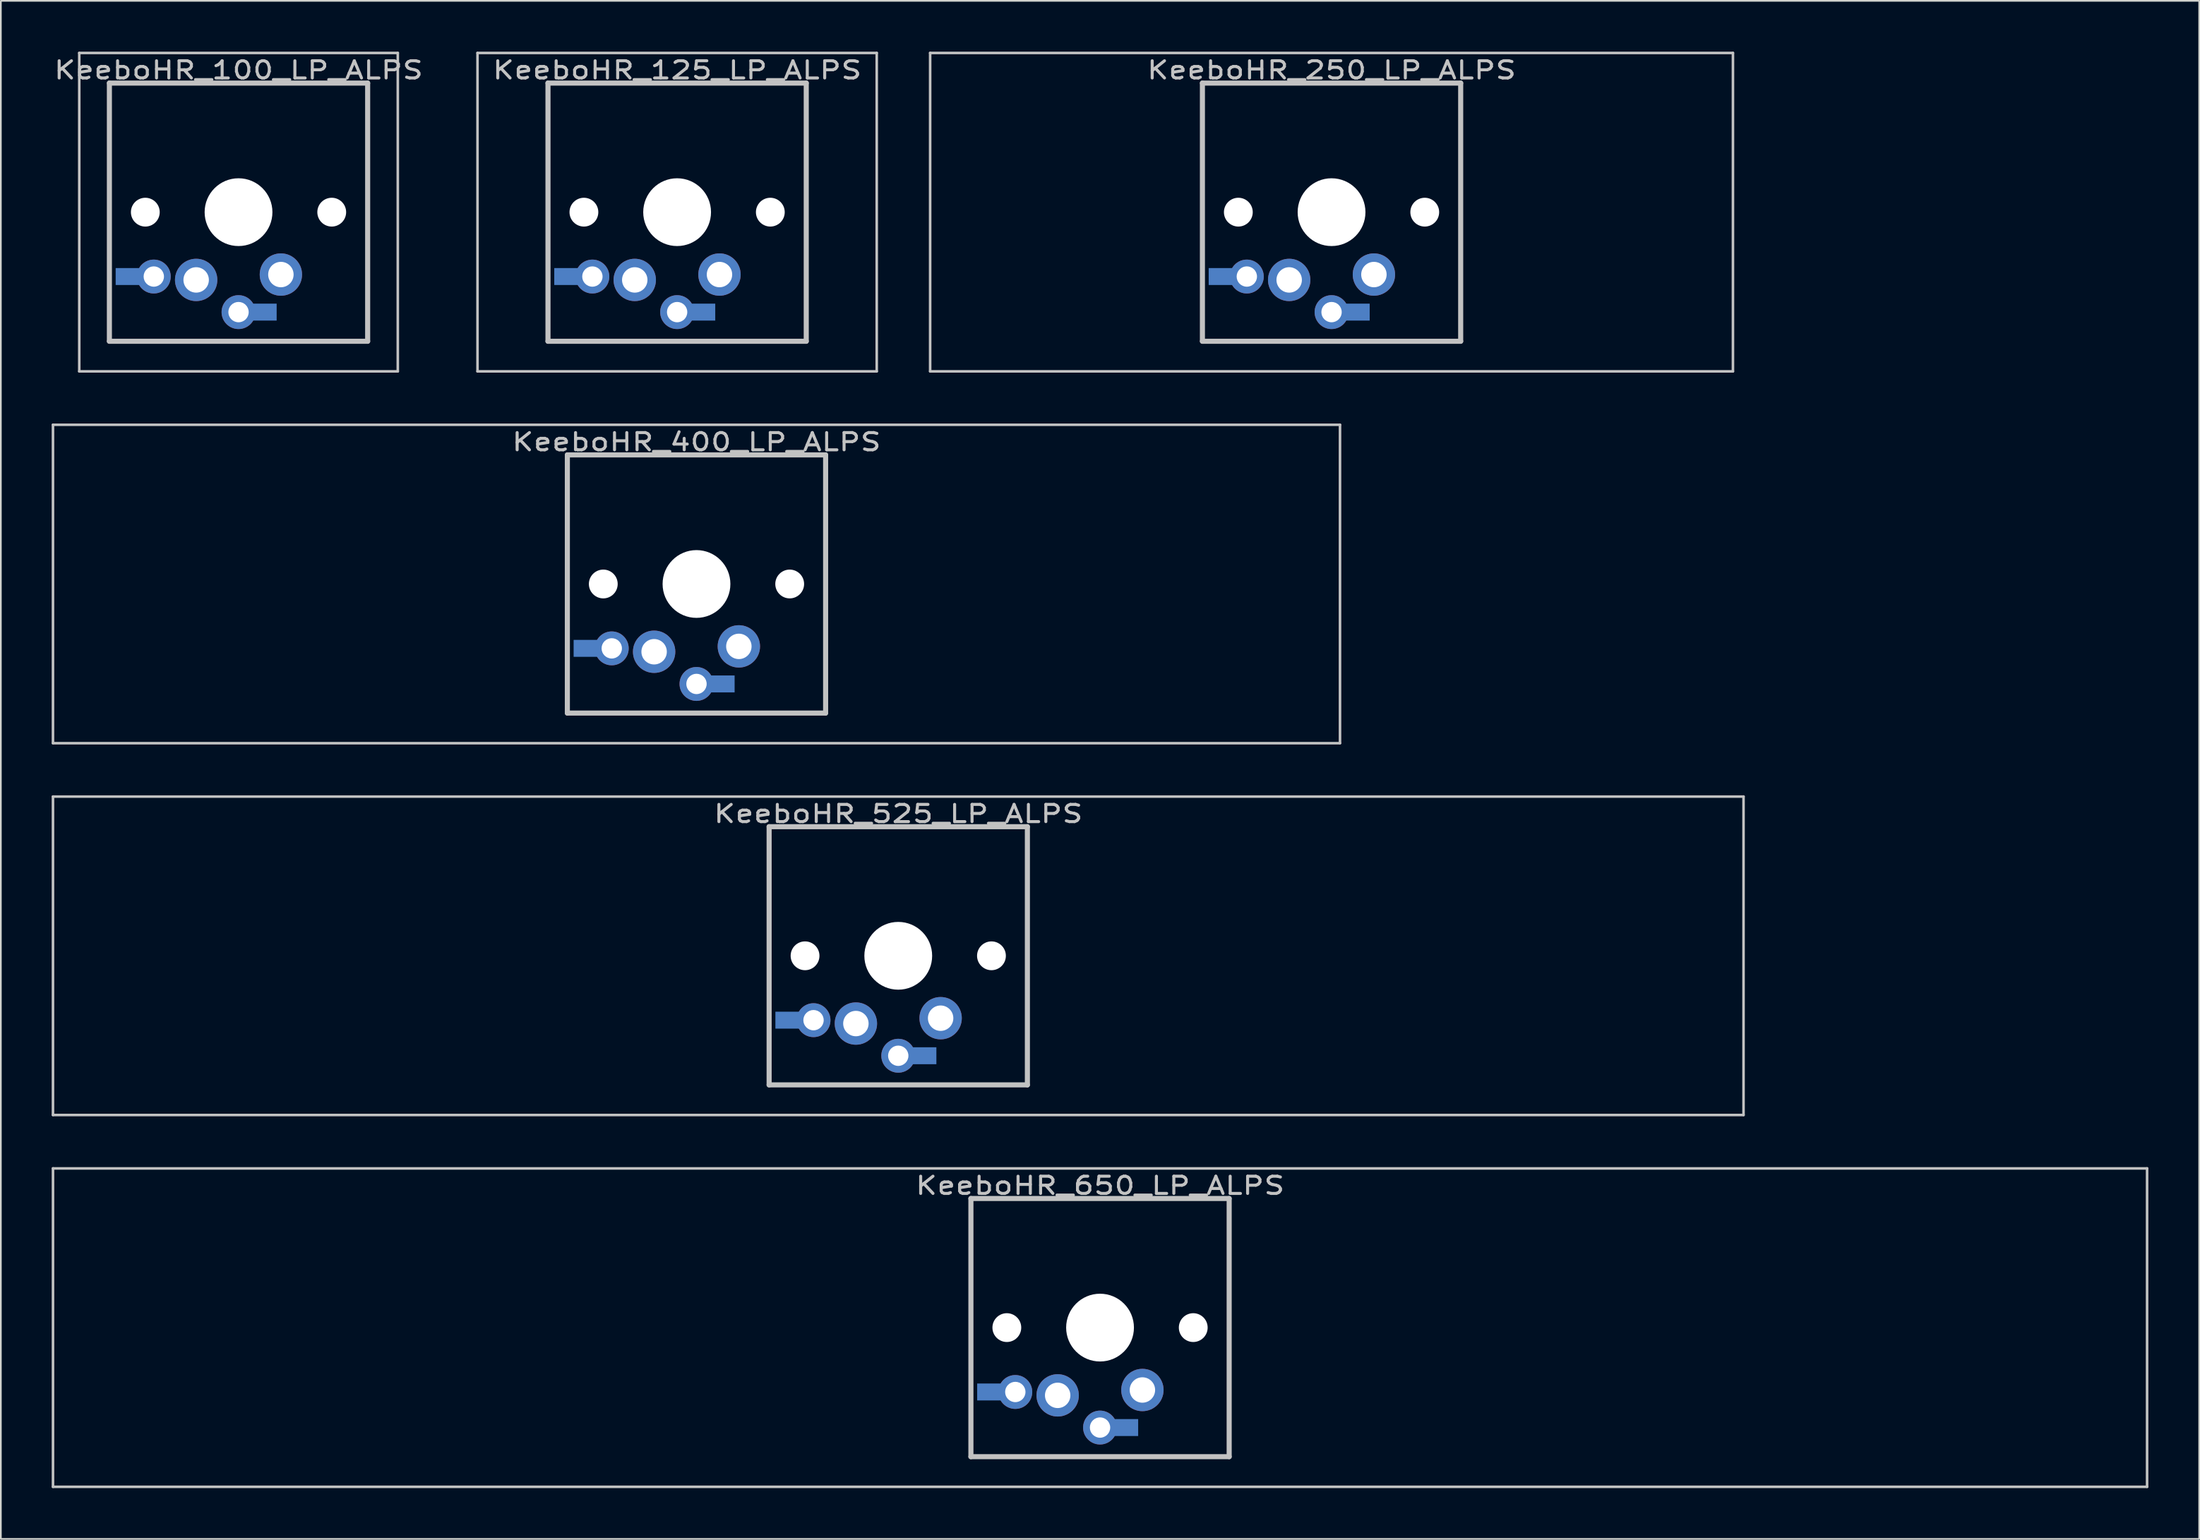
<source format=kicad_pcb>
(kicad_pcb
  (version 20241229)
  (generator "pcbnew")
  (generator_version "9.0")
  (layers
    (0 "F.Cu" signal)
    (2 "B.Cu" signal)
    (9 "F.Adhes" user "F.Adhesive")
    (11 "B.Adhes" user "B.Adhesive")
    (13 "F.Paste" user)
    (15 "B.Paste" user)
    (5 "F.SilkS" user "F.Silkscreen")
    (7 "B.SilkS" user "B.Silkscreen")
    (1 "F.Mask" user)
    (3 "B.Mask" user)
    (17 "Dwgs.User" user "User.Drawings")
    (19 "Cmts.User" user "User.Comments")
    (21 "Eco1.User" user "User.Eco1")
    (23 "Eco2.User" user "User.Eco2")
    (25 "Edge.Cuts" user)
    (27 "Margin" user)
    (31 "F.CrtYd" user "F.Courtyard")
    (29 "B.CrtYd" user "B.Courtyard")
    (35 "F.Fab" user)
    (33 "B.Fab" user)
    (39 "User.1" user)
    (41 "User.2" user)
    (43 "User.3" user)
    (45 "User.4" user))
  (footprint "KeeboHR_650_LP_ALPS"
    (layer "B.Cu")
    (at 61.862 75.319)
    (property "Reference" "KeeboHR_650_LP_ALPS" (at 0 -8.382 0) (layer "Dwgs.User") (effects (font (size 1.016 1.27) (thickness 0.178))))
    (attr through_hole)
    (fp_line (start -61.785 -9.398) (end 61.785 -9.398) (stroke (width 0.152) (type solid)) (layer "Dwgs.User"))
    (fp_line (start -61.785 9.398) (end -61.785 -9.398) (stroke (width 0.152) (type solid)) (layer "Dwgs.User"))
    (fp_line (start -7.62 -7.62) (end 7.62 -7.62) (stroke (width 0.3) (type solid)) (layer "Dwgs.User"))
    (fp_line (start -7.62 7.62) (end -7.62 -7.62) (stroke (width 0.3) (type solid)) (layer "Dwgs.User"))
    (fp_line (start 7.62 -7.62) (end 7.62 7.62) (stroke (width 0.3) (type solid)) (layer "Dwgs.User"))
    (fp_line (start 7.62 7.62) (end -7.62 7.62) (stroke (width 0.3) (type solid)) (layer "Dwgs.User"))
    (fp_line (start 61.785 -9.398) (end 61.785 9.398) (stroke (width 0.152) (type solid)) (layer "Dwgs.User"))
    (fp_line (start 61.785 9.398) (end -61.785 9.398) (stroke (width 0.152) (type solid)) (layer "Dwgs.User"))
    (pad "" np_thru_hole circle (at -5.5 0) (size 1.7 1.7) (drill 1.7) (layers "*.Cu" "*.Mask"))
    (pad "" np_thru_hole circle (at 0 0) (size 4 4) (drill 4) (layers "*.Cu" "*.Mask"))
    (pad "" np_thru_hole circle (at 5.5 0) (size 1.7 1.7) (drill 1.7) (layers "*.Cu" "*.Mask"))
    (pad "1" thru_hole circle (at 0 5.9) (size 2 2) (drill 1.2) (layers "*.Cu" "*.Mask"))
    (pad "1" smd rect (at 1.25 5.9) (size 2 1) (layers "B.Cu" "B.Mask"))
    (pad "1" thru_hole circle (at 2.5 3.683) (size 2.5 2.5) (drill 1.5) (layers "*.Cu" "*.Mask"))
    (pad "2" smd rect (at -6.25 3.8) (size 2 1) (layers "B.Cu" "B.Mask"))
    (pad "2" thru_hole circle (at -5 3.8) (size 2 2) (drill 1.2) (layers "*.Cu" "*.Mask"))
    (pad "2" thru_hole circle (at -2.5 4) (size 2.5 2.5) (drill 1.5) (layers "*.Cu" "*.Mask")))
  (footprint "KeeboHR_100_LP_ALPS"
    (layer "B.Cu")
    (at 11.025 9.474)
    (property "Reference" "KeeboHR_100_LP_ALPS" (at 0 -8.382 0) (layer "Dwgs.User") (effects (font (size 1.016 1.27) (thickness 0.178))))
    (attr through_hole)
    (fp_line (start -9.398 -9.398) (end 9.398 -9.398) (stroke (width 0.152) (type solid)) (layer "Dwgs.User"))
    (fp_line (start -9.398 9.398) (end -9.398 -9.398) (stroke (width 0.152) (type solid)) (layer "Dwgs.User"))
    (fp_line (start -7.62 -7.62) (end 7.62 -7.62) (stroke (width 0.3) (type solid)) (layer "Dwgs.User"))
    (fp_line (start -7.62 7.62) (end -7.62 -7.62) (stroke (width 0.3) (type solid)) (layer "Dwgs.User"))
    (fp_line (start 7.62 -7.62) (end 7.62 7.62) (stroke (width 0.3) (type solid)) (layer "Dwgs.User"))
    (fp_line (start 7.62 7.62) (end -7.62 7.62) (stroke (width 0.3) (type solid)) (layer "Dwgs.User"))
    (fp_line (start 9.398 -9.398) (end 9.398 9.398) (stroke (width 0.152) (type solid)) (layer "Dwgs.User"))
    (fp_line (start 9.398 9.398) (end -9.398 9.398) (stroke (width 0.152) (type solid)) (layer "Dwgs.User"))
    (pad "" np_thru_hole circle (at -5.5 0) (size 1.7 1.7) (drill 1.7) (layers "*.Cu" "*.Mask"))
    (pad "" np_thru_hole circle (at 0 0) (size 4 4) (drill 4) (layers "*.Cu" "*.Mask"))
    (pad "" np_thru_hole circle (at 5.5 0) (size 1.7 1.7) (drill 1.7) (layers "*.Cu" "*.Mask"))
    (pad "1" thru_hole circle (at 0 5.9) (size 2 2) (drill 1.2) (layers "*.Cu" "*.Mask"))
    (pad "1" smd rect (at 1.25 5.9) (size 2 1) (layers "B.Cu" "B.Mask"))
    (pad "1" thru_hole circle (at 2.5 3.683) (size 2.5 2.5) (drill 1.5) (layers "*.Cu" "*.Mask"))
    (pad "2" smd rect (at -6.25 3.8) (size 2 1) (layers "B.Cu" "B.Mask"))
    (pad "2" thru_hole circle (at -5 3.8) (size 2 2) (drill 1.2) (layers "*.Cu" "*.Mask"))
    (pad "2" thru_hole circle (at -2.5 4) (size 2.5 2.5) (drill 1.5) (layers "*.Cu" "*.Mask")))
  (footprint "KeeboHR_250_LP_ALPS"
    (layer "B.Cu")
    (at 75.523 9.474)
    (property "Reference" "KeeboHR_250_LP_ALPS" (at 0 -8.382 0) (layer "Dwgs.User") (effects (font (size 1.016 1.27) (thickness 0.178))))
    (attr through_hole)
    (fp_line (start -23.686 -9.398) (end 23.686 -9.398) (stroke (width 0.152) (type solid)) (layer "Dwgs.User"))
    (fp_line (start -23.686 9.398) (end -23.686 -9.398) (stroke (width 0.152) (type solid)) (layer "Dwgs.User"))
    (fp_line (start -7.62 -7.62) (end 7.62 -7.62) (stroke (width 0.3) (type solid)) (layer "Dwgs.User"))
    (fp_line (start -7.62 7.62) (end -7.62 -7.62) (stroke (width 0.3) (type solid)) (layer "Dwgs.User"))
    (fp_line (start 7.62 -7.62) (end 7.62 7.62) (stroke (width 0.3) (type solid)) (layer "Dwgs.User"))
    (fp_line (start 7.62 7.62) (end -7.62 7.62) (stroke (width 0.3) (type solid)) (layer "Dwgs.User"))
    (fp_line (start 23.686 -9.398) (end 23.686 9.398) (stroke (width 0.152) (type solid)) (layer "Dwgs.User"))
    (fp_line (start 23.686 9.398) (end -23.686 9.398) (stroke (width 0.152) (type solid)) (layer "Dwgs.User"))
    (pad "" np_thru_hole circle (at -5.5 0) (size 1.7 1.7) (drill 1.7) (layers "*.Cu" "*.Mask"))
    (pad "" np_thru_hole circle (at 0 0) (size 4 4) (drill 4) (layers "*.Cu" "*.Mask"))
    (pad "" np_thru_hole circle (at 5.5 0) (size 1.7 1.7) (drill 1.7) (layers "*.Cu" "*.Mask"))
    (pad "1" thru_hole circle (at 0 5.9) (size 2 2) (drill 1.2) (layers "*.Cu" "*.Mask"))
    (pad "1" smd rect (at 1.25 5.9) (size 2 1) (layers "B.Cu" "B.Mask"))
    (pad "1" thru_hole circle (at 2.5 3.683) (size 2.5 2.5) (drill 1.5) (layers "*.Cu" "*.Mask"))
    (pad "2" smd rect (at -6.25 3.8) (size 2 1) (layers "B.Cu" "B.Mask"))
    (pad "2" thru_hole circle (at -5 3.8) (size 2 2) (drill 1.2) (layers "*.Cu" "*.Mask"))
    (pad "2" thru_hole circle (at -2.5 4) (size 2.5 2.5) (drill 1.5) (layers "*.Cu" "*.Mask")))
  (footprint "KeeboHR_400_LP_ALPS"
    (layer "B.Cu")
    (at 38.049 31.423)
    (property "Reference" "KeeboHR_400_LP_ALPS" (at 0 -8.382 0) (layer "Dwgs.User") (effects (font (size 1.016 1.27) (thickness 0.178))))
    (attr through_hole)
    (fp_line (start -37.973 -9.398) (end 37.973 -9.398) (stroke (width 0.152) (type solid)) (layer "Dwgs.User"))
    (fp_line (start -37.973 9.398) (end -37.973 -9.398) (stroke (width 0.152) (type solid)) (layer "Dwgs.User"))
    (fp_line (start -7.62 -7.62) (end 7.62 -7.62) (stroke (width 0.3) (type solid)) (layer "Dwgs.User"))
    (fp_line (start -7.62 7.62) (end -7.62 -7.62) (stroke (width 0.3) (type solid)) (layer "Dwgs.User"))
    (fp_line (start 7.62 -7.62) (end 7.62 7.62) (stroke (width 0.3) (type solid)) (layer "Dwgs.User"))
    (fp_line (start 7.62 7.62) (end -7.62 7.62) (stroke (width 0.3) (type solid)) (layer "Dwgs.User"))
    (fp_line (start 37.973 -9.398) (end 37.973 9.398) (stroke (width 0.152) (type solid)) (layer "Dwgs.User"))
    (fp_line (start 37.973 9.398) (end -37.973 9.398) (stroke (width 0.152) (type solid)) (layer "Dwgs.User"))
    (pad "" np_thru_hole circle (at -5.5 0) (size 1.7 1.7) (drill 1.7) (layers "*.Cu" "*.Mask"))
    (pad "" np_thru_hole circle (at 0 0) (size 4 4) (drill 4) (layers "*.Cu" "*.Mask"))
    (pad "" np_thru_hole circle (at 5.5 0) (size 1.7 1.7) (drill 1.7) (layers "*.Cu" "*.Mask"))
    (pad "1" thru_hole circle (at 0 5.9) (size 2 2) (drill 1.2) (layers "*.Cu" "*.Mask"))
    (pad "1" smd rect (at 1.25 5.9) (size 2 1) (layers "B.Cu" "B.Mask"))
    (pad "1" thru_hole circle (at 2.5 3.683) (size 2.5 2.5) (drill 1.5) (layers "*.Cu" "*.Mask"))
    (pad "2" smd rect (at -6.25 3.8) (size 2 1) (layers "B.Cu" "B.Mask"))
    (pad "2" thru_hole circle (at -5 3.8) (size 2 2) (drill 1.2) (layers "*.Cu" "*.Mask"))
    (pad "2" thru_hole circle (at -2.5 4) (size 2.5 2.5) (drill 1.5) (layers "*.Cu" "*.Mask")))
  (footprint "KeeboHR_525_LP_ALPS"
    (layer "B.Cu")
    (at 49.955 53.371)
    (property "Reference" "KeeboHR_525_LP_ALPS" (at 0 -8.382 0) (layer "Dwgs.User") (effects (font (size 1.016 1.27) (thickness 0.178))))
    (attr through_hole)
    (fp_line (start -49.879 -9.398) (end 49.879 -9.398) (stroke (width 0.152) (type solid)) (layer "Dwgs.User"))
    (fp_line (start -49.879 9.398) (end -49.879 -9.398) (stroke (width 0.152) (type solid)) (layer "Dwgs.User"))
    (fp_line (start -7.62 -7.62) (end 7.62 -7.62) (stroke (width 0.3) (type solid)) (layer "Dwgs.User"))
    (fp_line (start -7.62 7.62) (end -7.62 -7.62) (stroke (width 0.3) (type solid)) (layer "Dwgs.User"))
    (fp_line (start 7.62 -7.62) (end 7.62 7.62) (stroke (width 0.3) (type solid)) (layer "Dwgs.User"))
    (fp_line (start 7.62 7.62) (end -7.62 7.62) (stroke (width 0.3) (type solid)) (layer "Dwgs.User"))
    (fp_line (start 49.879 -9.398) (end 49.879 9.398) (stroke (width 0.152) (type solid)) (layer "Dwgs.User"))
    (fp_line (start 49.879 9.398) (end -49.879 9.398) (stroke (width 0.152) (type solid)) (layer "Dwgs.User"))
    (pad "" np_thru_hole circle (at -5.5 0) (size 1.7 1.7) (drill 1.7) (layers "*.Cu" "*.Mask"))
    (pad "" np_thru_hole circle (at 0 0) (size 4 4) (drill 4) (layers "*.Cu" "*.Mask"))
    (pad "" np_thru_hole circle (at 5.5 0) (size 1.7 1.7) (drill 1.7) (layers "*.Cu" "*.Mask"))
    (pad "1" thru_hole circle (at 0 5.9) (size 2 2) (drill 1.2) (layers "*.Cu" "*.Mask"))
    (pad "1" smd rect (at 1.25 5.9) (size 2 1) (layers "B.Cu" "B.Mask"))
    (pad "1" thru_hole circle (at 2.5 3.683) (size 2.5 2.5) (drill 1.5) (layers "*.Cu" "*.Mask"))
    (pad "2" smd rect (at -6.25 3.8) (size 2 1) (layers "B.Cu" "B.Mask"))
    (pad "2" thru_hole circle (at -5 3.8) (size 2 2) (drill 1.2) (layers "*.Cu" "*.Mask"))
    (pad "2" thru_hole circle (at -2.5 4) (size 2.5 2.5) (drill 1.5) (layers "*.Cu" "*.Mask")))
  (footprint "KeeboHR_125_LP_ALPS"
    (layer "B.Cu")
    (at 36.906 9.474)
    (property "Reference" "KeeboHR_125_LP_ALPS" (at 0 -8.382 0) (layer "Dwgs.User") (effects (font (size 1.016 1.27) (thickness 0.178))))
    (attr through_hole)
    (fp_line (start -11.779 -9.398) (end 11.779 -9.398) (stroke (width 0.152) (type solid)) (layer "Dwgs.User"))
    (fp_line (start -11.779 9.398) (end -11.779 -9.398) (stroke (width 0.152) (type solid)) (layer "Dwgs.User"))
    (fp_line (start -7.62 -7.62) (end 7.62 -7.62) (stroke (width 0.3) (type solid)) (layer "Dwgs.User"))
    (fp_line (start -7.62 7.62) (end -7.62 -7.62) (stroke (width 0.3) (type solid)) (layer "Dwgs.User"))
    (fp_line (start 7.62 -7.62) (end 7.62 7.62) (stroke (width 0.3) (type solid)) (layer "Dwgs.User"))
    (fp_line (start 7.62 7.62) (end -7.62 7.62) (stroke (width 0.3) (type solid)) (layer "Dwgs.User"))
    (fp_line (start 11.779 -9.398) (end 11.779 9.398) (stroke (width 0.152) (type solid)) (layer "Dwgs.User"))
    (fp_line (start 11.779 9.398) (end -11.779 9.398) (stroke (width 0.152) (type solid)) (layer "Dwgs.User"))
    (pad "" np_thru_hole circle (at -5.5 0) (size 1.7 1.7) (drill 1.7) (layers "*.Cu" "*.Mask"))
    (pad "" np_thru_hole circle (at 0 0) (size 4 4) (drill 4) (layers "*.Cu" "*.Mask"))
    (pad "" np_thru_hole circle (at 5.5 0) (size 1.7 1.7) (drill 1.7) (layers "*.Cu" "*.Mask"))
    (pad "1" thru_hole circle (at 0 5.9) (size 2 2) (drill 1.2) (layers "*.Cu" "*.Mask"))
    (pad "1" smd rect (at 1.25 5.9) (size 2 1) (layers "B.Cu" "B.Mask"))
    (pad "1" thru_hole circle (at 2.5 3.683) (size 2.5 2.5) (drill 1.5) (layers "*.Cu" "*.Mask"))
    (pad "2" smd rect (at -6.25 3.8) (size 2 1) (layers "B.Cu" "B.Mask"))
    (pad "2" thru_hole circle (at -5 3.8) (size 2 2) (drill 1.2) (layers "*.Cu" "*.Mask"))
    (pad "2" thru_hole circle (at -2.5 4) (size 2.5 2.5) (drill 1.5) (layers "*.Cu" "*.Mask")))
  (gr_rect
    (start -3 -3)
    (end 126.723 87.794)
    (stroke (width 0.1) (type default))
    (fill no)
    (layer "Edge.Cuts")))
</source>
